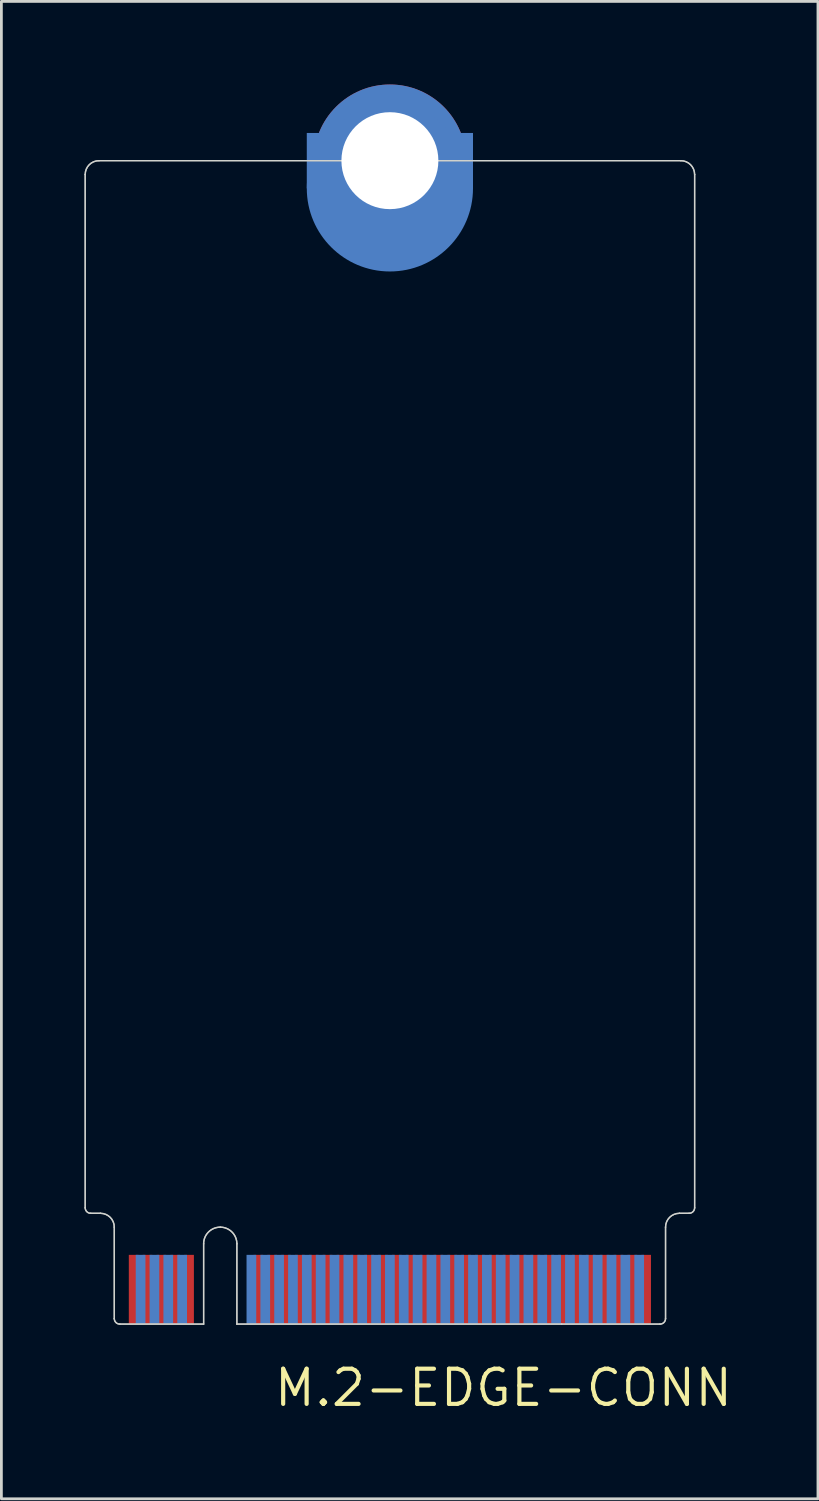
<source format=kicad_pcb>
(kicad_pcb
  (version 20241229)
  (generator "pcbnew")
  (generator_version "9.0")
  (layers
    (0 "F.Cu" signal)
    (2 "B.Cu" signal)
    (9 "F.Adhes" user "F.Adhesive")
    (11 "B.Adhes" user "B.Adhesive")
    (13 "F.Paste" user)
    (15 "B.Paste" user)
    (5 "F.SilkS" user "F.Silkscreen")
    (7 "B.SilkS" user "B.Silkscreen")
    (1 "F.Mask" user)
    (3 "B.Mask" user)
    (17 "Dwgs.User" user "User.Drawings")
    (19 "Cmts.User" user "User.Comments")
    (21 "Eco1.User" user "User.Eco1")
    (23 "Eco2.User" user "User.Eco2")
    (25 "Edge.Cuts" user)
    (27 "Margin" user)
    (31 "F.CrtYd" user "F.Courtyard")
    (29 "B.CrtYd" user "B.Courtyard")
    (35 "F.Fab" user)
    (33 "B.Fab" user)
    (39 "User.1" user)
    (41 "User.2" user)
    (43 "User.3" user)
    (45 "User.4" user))
  (footprint "M.2-EDGE-CONN"
    (layer "F.Cu")
    (at 11.025 44.75)
    (property "Reference" "M.2-EDGE-CONN" (at 4.1 2.3 0) (layer "F.SilkS") (effects (font (size 1.27 1.27) (thickness 0.15))))
    (fp_line (start -11 -41.5) (end -11 -4.2) (stroke (width 0.05) (type solid)) (layer "Edge.Cuts"))
    (fp_line (start -10.8 -4) (end -10.45 -4) (stroke (width 0.05) (type solid)) (layer "Edge.Cuts"))
    (fp_line (start -9.95 -3.5) (end -9.95 -0.2) (stroke (width 0.05) (type solid)) (layer "Edge.Cuts"))
    (fp_line (start -6.725 -2.9) (end -6.725 0) (stroke (width 0.05) (type solid)) (layer "Edge.Cuts"))
    (fp_line (start -6.725 0) (end -9.75 0) (stroke (width 0.05) (type solid)) (layer "Edge.Cuts"))
    (fp_line (start -5.525 -2.9) (end -5.525 0) (stroke (width 0.05) (type solid)) (layer "Edge.Cuts"))
    (fp_line (start -5.525 0) (end 6.2 0) (stroke (width 0.05) (type solid)) (layer "Edge.Cuts"))
    (fp_line (start 6.2 0) (end 9.75 0) (stroke (width 0.05) (type solid)) (layer "Edge.Cuts"))
    (fp_line (start 9.95 -0.2) (end 9.95 -3.5) (stroke (width 0.05) (type solid)) (layer "Edge.Cuts"))
    (fp_line (start 10.45 -4) (end 10.8 -4) (stroke (width 0.05) (type solid)) (layer "Edge.Cuts"))
    (fp_line (start 10.5 -42) (end -10.5 -42) (stroke (width 0.05) (type solid)) (layer "Edge.Cuts"))
    (fp_line (start 11 -4.2) (end 11 -41.5) (stroke (width 0.05) (type solid)) (layer "Edge.Cuts"))
    (fp_arc (start -11 -41.5) (mid -10.853553 -41.853553) (end -10.5 -42) (stroke (width 0.05) (type solid)) (layer "Edge.Cuts"))
    (fp_arc (start -10.8 -4) (mid -10.941421 -4.058579) (end -11 -4.2) (stroke (width 0.05) (type solid)) (layer "Edge.Cuts"))
    (fp_arc (start -10.45 -4) (mid -10.096447 -3.853553) (end -9.95 -3.5) (stroke (width 0.05) (type solid)) (layer "Edge.Cuts"))
    (fp_arc (start -9.75 0) (mid -9.891421 -0.058579) (end -9.95 -0.2) (stroke (width 0.05) (type solid)) (layer "Edge.Cuts"))
    (fp_arc (start -6.725 -2.9) (mid -6.549264 -3.324264) (end -6.125 -3.5) (stroke (width 0.05) (type solid)) (layer "Edge.Cuts"))
    (fp_arc (start -6.125 -3.5) (mid -5.700736 -3.324264) (end -5.525 -2.9) (stroke (width 0.05) (type solid)) (layer "Edge.Cuts"))
    (fp_arc (start 9.95 -3.5) (mid 10.096447 -3.853553) (end 10.45 -4) (stroke (width 0.05) (type solid)) (layer "Edge.Cuts"))
    (fp_arc (start 9.95 -0.2) (mid 9.891421 -0.058579) (end 9.75 0) (stroke (width 0.05) (type solid)) (layer "Edge.Cuts"))
    (fp_arc (start 10.5 -42) (mid 10.853553 -41.853553) (end 11 -41.5) (stroke (width 0.05) (type solid)) (layer "Edge.Cuts"))
    (fp_arc (start 11 -4.2) (mid 10.941421 -4.058579) (end 10.8 -4) (stroke (width 0.05) (type solid)) (layer "Edge.Cuts"))
    (fp_line (start -10.998 -41.5) (end -10.998 -4.2) (stroke (width 0.05) (type solid)) (layer "F.Fab"))
    (fp_line (start -10.798 -4) (end -10.448 -4) (stroke (width 0.05) (type solid)) (layer "F.Fab"))
    (fp_line (start -9.948 -3.5) (end -9.948 -0.2) (stroke (width 0.05) (type solid)) (layer "F.Fab"))
    (fp_line (start -6.723 -2.9) (end -6.723 -0.000046) (stroke (width 0.05) (type solid)) (layer "F.Fab"))
    (fp_line (start -6.723 -0.000046) (end -9.748 -0.000046) (stroke (width 0.05) (type solid)) (layer "F.Fab"))
    (fp_line (start -5.523 -2.9) (end -5.523 -0.000046) (stroke (width 0.05) (type solid)) (layer "F.Fab"))
    (fp_line (start -5.523 -0.000046) (end 6.202 -0.000046) (stroke (width 0.05) (type solid)) (layer "F.Fab"))
    (fp_line (start 6.202 -0.000046) (end 9.752 -0.000046) (stroke (width 0.05) (type solid)) (layer "F.Fab"))
    (fp_line (start 9.952 -0.2) (end 9.952 -3.5) (stroke (width 0.05) (type solid)) (layer "F.Fab"))
    (fp_line (start 10.452 -4) (end 10.802 -4) (stroke (width 0.05) (type solid)) (layer "F.Fab"))
    (fp_line (start 10.502 -42) (end -10.498 -42) (stroke (width 0.05) (type solid)) (layer "F.Fab"))
    (fp_line (start 11.002 -4.2) (end 11.002 -41.5) (stroke (width 0.05) (type solid)) (layer "F.Fab"))
    (fp_arc (start -10.998205 -41.500046) (mid -10.851758 -41.853599) (end -10.498205 -42.000046) (stroke (width 0.05) (type solid)) (layer "F.Fab"))
    (fp_arc (start -10.798205 -4.000046) (mid -10.939626 -4.058625) (end -10.998205 -4.200046) (stroke (width 0.05) (type solid)) (layer "F.Fab"))
    (fp_arc (start -10.448205 -4.000046) (mid -10.094652 -3.853599) (end -9.948205 -3.500046) (stroke (width 0.05) (type solid)) (layer "F.Fab"))
    (fp_arc (start -9.748205 -0.000046) (mid -9.889626 -0.058625) (end -9.948205 -0.200046) (stroke (width 0.05) (type solid)) (layer "F.Fab"))
    (fp_arc (start -6.723205 -2.900046) (mid -6.547469 -3.32431) (end -6.123205 -3.500046) (stroke (width 0.05) (type solid)) (layer "F.Fab"))
    (fp_arc (start -6.123205 -3.500046) (mid -5.698941 -3.32431) (end -5.523205 -2.900046) (stroke (width 0.05) (type solid)) (layer "F.Fab"))
    (fp_arc (start 9.951795 -3.500046) (mid 10.098242 -3.853599) (end 10.451795 -4.000046) (stroke (width 0.05) (type solid)) (layer "F.Fab"))
    (fp_arc (start 9.951795 -0.200046) (mid 9.893216 -0.058625) (end 9.751795 -0.000046) (stroke (width 0.05) (type solid)) (layer "F.Fab"))
    (fp_arc (start 10.501795 -42.000046) (mid 10.855348 -41.853599) (end 11.001795 -41.500046) (stroke (width 0.05) (type solid)) (layer "F.Fab"))
    (fp_arc (start 11.001795 -4.200046) (mid 10.943216 -4.058625) (end 10.801795 -4.000046) (stroke (width 0.05) (type solid)) (layer "F.Fab"))
    (pad "1" connect rect (at 9.25 -1.25) (size 0.35 2.5) (layers "F.Cu" "F.Mask"))
    (pad "2" connect rect (at 9 -1.25) (size 0.35 2.5) (layers "B.Cu" "B.Mask"))
    (pad "3" connect rect (at 8.75 -1.25) (size 0.35 2.5) (layers "F.Cu" "F.Mask"))
    (pad "4" connect rect (at 8.5 -1.25) (size 0.35 2.5) (layers "B.Cu" "B.Mask"))
    (pad "5" connect rect (at 8.25 -1.25) (size 0.35 2.5) (layers "F.Cu" "F.Mask"))
    (pad "6" connect rect (at 8 -1.25) (size 0.35 2.5) (layers "B.Cu" "B.Mask"))
    (pad "7" connect rect (at 7.75 -1.25) (size 0.35 2.5) (layers "F.Cu" "F.Mask"))
    (pad "8" connect rect (at 7.5 -1.25) (size 0.35 2.5) (layers "B.Cu" "B.Mask"))
    (pad "9" connect rect (at 7.25 -1.25) (size 0.35 2.5) (layers "F.Cu" "F.Mask"))
    (pad "10" connect rect (at 7 -1.25) (size 0.35 2.5) (layers "B.Cu" "B.Mask"))
    (pad "11" connect rect (at 6.75 -1.25) (size 0.35 2.5) (layers "F.Cu" "F.Mask"))
    (pad "12" connect rect (at 6.5 -1.25) (size 0.35 2.5) (layers "B.Cu" "B.Mask"))
    (pad "13" connect rect (at 6.25 -1.25) (size 0.35 2.5) (layers "F.Cu" "F.Mask"))
    (pad "14" connect rect (at 6 -1.25) (size 0.35 2.5) (layers "B.Cu" "B.Mask"))
    (pad "15" connect rect (at 5.75 -1.25) (size 0.35 2.5) (layers "F.Cu" "F.Mask"))
    (pad "16" connect rect (at 5.5 -1.25) (size 0.35 2.5) (layers "B.Cu" "B.Mask"))
    (pad "17" connect rect (at 5.25 -1.25) (size 0.35 2.5) (layers "F.Cu" "F.Mask"))
    (pad "18" connect rect (at 5 -1.25) (size 0.35 2.5) (layers "B.Cu" "B.Mask"))
    (pad "19" connect rect (at 4.75 -1.25) (size 0.35 2.5) (layers "F.Cu" "F.Mask"))
    (pad "20" connect rect (at 4.5 -1.25) (size 0.35 2.5) (layers "B.Cu" "B.Mask"))
    (pad "21" connect rect (at 4.25 -1.25) (size 0.35 2.5) (layers "F.Cu" "F.Mask"))
    (pad "22" connect rect (at 4 -1.25) (size 0.35 2.5) (layers "B.Cu" "B.Mask"))
    (pad "23" connect rect (at 3.75 -1.25) (size 0.35 2.5) (layers "F.Cu" "F.Mask"))
    (pad "24" connect rect (at 3.5 -1.25) (size 0.35 2.5) (layers "B.Cu" "B.Mask"))
    (pad "25" connect rect (at 3.25 -1.25) (size 0.35 2.5) (layers "F.Cu" "F.Mask"))
    (pad "26" connect rect (at 3 -1.25) (size 0.35 2.5) (layers "B.Cu" "B.Mask"))
    (pad "27" connect rect (at 2.75 -1.25) (size 0.35 2.5) (layers "F.Cu" "F.Mask"))
    (pad "28" connect rect (at 2.5 -1.25) (size 0.35 2.5) (layers "B.Cu" "B.Mask"))
    (pad "29" connect rect (at 2.25 -1.25) (size 0.35 2.5) (layers "F.Cu" "F.Mask"))
    (pad "30" connect rect (at 2 -1.25) (size 0.35 2.5) (layers "B.Cu" "B.Mask"))
    (pad "31" connect rect (at 1.75 -1.25) (size 0.35 2.5) (layers "F.Cu" "F.Mask"))
    (pad "32" connect rect (at 1.5 -1.25) (size 0.35 2.5) (layers "B.Cu" "B.Mask"))
    (pad "33" connect rect (at 1.25 -1.25) (size 0.35 2.5) (layers "F.Cu" "F.Mask"))
    (pad "34" connect rect (at 1 -1.25) (size 0.35 2.5) (layers "B.Cu" "B.Mask"))
    (pad "35" connect rect (at 0.75 -1.25) (size 0.35 2.5) (layers "F.Cu" "F.Mask"))
    (pad "36" connect rect (at 0.5 -1.25) (size 0.35 2.5) (layers "B.Cu" "B.Mask"))
    (pad "37" connect rect (at 0.25 -1.25) (size 0.35 2.5) (layers "F.Cu" "F.Mask"))
    (pad "38" connect rect (at 0 -1.25) (size 0.35 2.5) (layers "B.Cu" "B.Mask"))
    (pad "39" connect rect (at -0.25 -1.25) (size 0.35 2.5) (layers "F.Cu" "F.Mask"))
    (pad "40" connect rect (at -0.5 -1.25) (size 0.35 2.5) (layers "B.Cu" "B.Mask"))
    (pad "41" connect rect (at -0.75 -1.25) (size 0.35 2.5) (layers "F.Cu" "F.Mask"))
    (pad "42" connect rect (at -1 -1.25) (size 0.35 2.5) (layers "B.Cu" "B.Mask"))
    (pad "43" connect rect (at -1.25 -1.25) (size 0.35 2.5) (layers "F.Cu" "F.Mask"))
    (pad "44" connect rect (at -1.5 -1.25) (size 0.35 2.5) (layers "B.Cu" "B.Mask"))
    (pad "45" connect rect (at -1.75 -1.25) (size 0.35 2.5) (layers "F.Cu" "F.Mask"))
    (pad "46" connect rect (at -2 -1.25) (size 0.35 2.5) (layers "B.Cu" "B.Mask"))
    (pad "47" connect rect (at -2.25 -1.25) (size 0.35 2.5) (layers "F.Cu" "F.Mask"))
    (pad "48" connect rect (at -2.5 -1.25) (size 0.35 2.5) (layers "B.Cu" "B.Mask"))
    (pad "49" connect rect (at -2.75 -1.25) (size 0.35 2.5) (layers "F.Cu" "F.Mask"))
    (pad "50" connect rect (at -3 -1.25) (size 0.35 2.5) (layers "B.Cu" "B.Mask"))
    (pad "51" connect rect (at -3.25 -1.25) (size 0.35 2.5) (layers "F.Cu" "F.Mask"))
    (pad "52" connect rect (at -3.5 -1.25) (size 0.35 2.5) (layers "B.Cu" "B.Mask"))
    (pad "53" connect rect (at -3.75 -1.25) (size 0.35 2.5) (layers "F.Cu" "F.Mask"))
    (pad "54" connect rect (at -4 -1.25) (size 0.35 2.5) (layers "B.Cu" "B.Mask"))
    (pad "55" connect rect (at -4.25 -1.25) (size 0.35 2.5) (layers "F.Cu" "F.Mask"))
    (pad "56" connect rect (at -4.5 -1.25) (size 0.35 2.5) (layers "B.Cu" "B.Mask"))
    (pad "57" connect rect (at -4.75 -1.25) (size 0.35 2.5) (layers "F.Cu" "F.Mask"))
    (pad "58" connect rect (at -5 -1.25) (size 0.35 2.5) (layers "B.Cu" "B.Mask"))
    (pad "67" connect rect (at -7.25 -1.25) (size 0.35 2.5) (layers "F.Cu" "F.Mask"))
    (pad "68" connect rect (at -7.5 -1.25) (size 0.35 2.5) (layers "B.Cu" "B.Mask"))
    (pad "69" connect rect (at -7.75 -1.25) (size 0.35 2.5) (layers "F.Cu" "F.Mask"))
    (pad "70" connect rect (at -8 -1.25) (size 0.35 2.5) (layers "B.Cu" "B.Mask"))
    (pad "71" connect rect (at -8.25 -1.25) (size 0.35 2.5) (layers "F.Cu" "F.Mask"))
    (pad "72" connect rect (at -8.5 -1.25) (size 0.35 2.5) (layers "B.Cu" "B.Mask"))
    (pad "73" connect rect (at -8.75 -1.25) (size 0.35 2.5) (layers "F.Cu" "F.Mask"))
    (pad "74" connect rect (at -9 -1.25) (size 0.35 2.5) (layers "B.Cu" "B.Mask"))
    (pad "75" connect rect (at -9.25 -1.25) (size 0.35 2.5) (layers "F.Cu" "F.Mask"))
    (pad "MP" thru_hole circle (at 0 -42) (size 5.5 5.5) (drill 3.5) (property pad_prop_castellated) (layers "*.Cu" "*.Mask"))
    (pad "MP" connect rect (at 0 -42) (size 6 2) (layers "B.Cu" "B.Mask"))
    (pad "MP" connect circle (at 0 -41) (size 6 6) (layers "B.Cu" "B.Mask")))
  (gr_rect
    (start -3 -3)
    (end 26.478 51.056)
    (stroke (width 0.1) (type default))
    (fill no)
    (layer "Edge.Cuts")))
</source>
